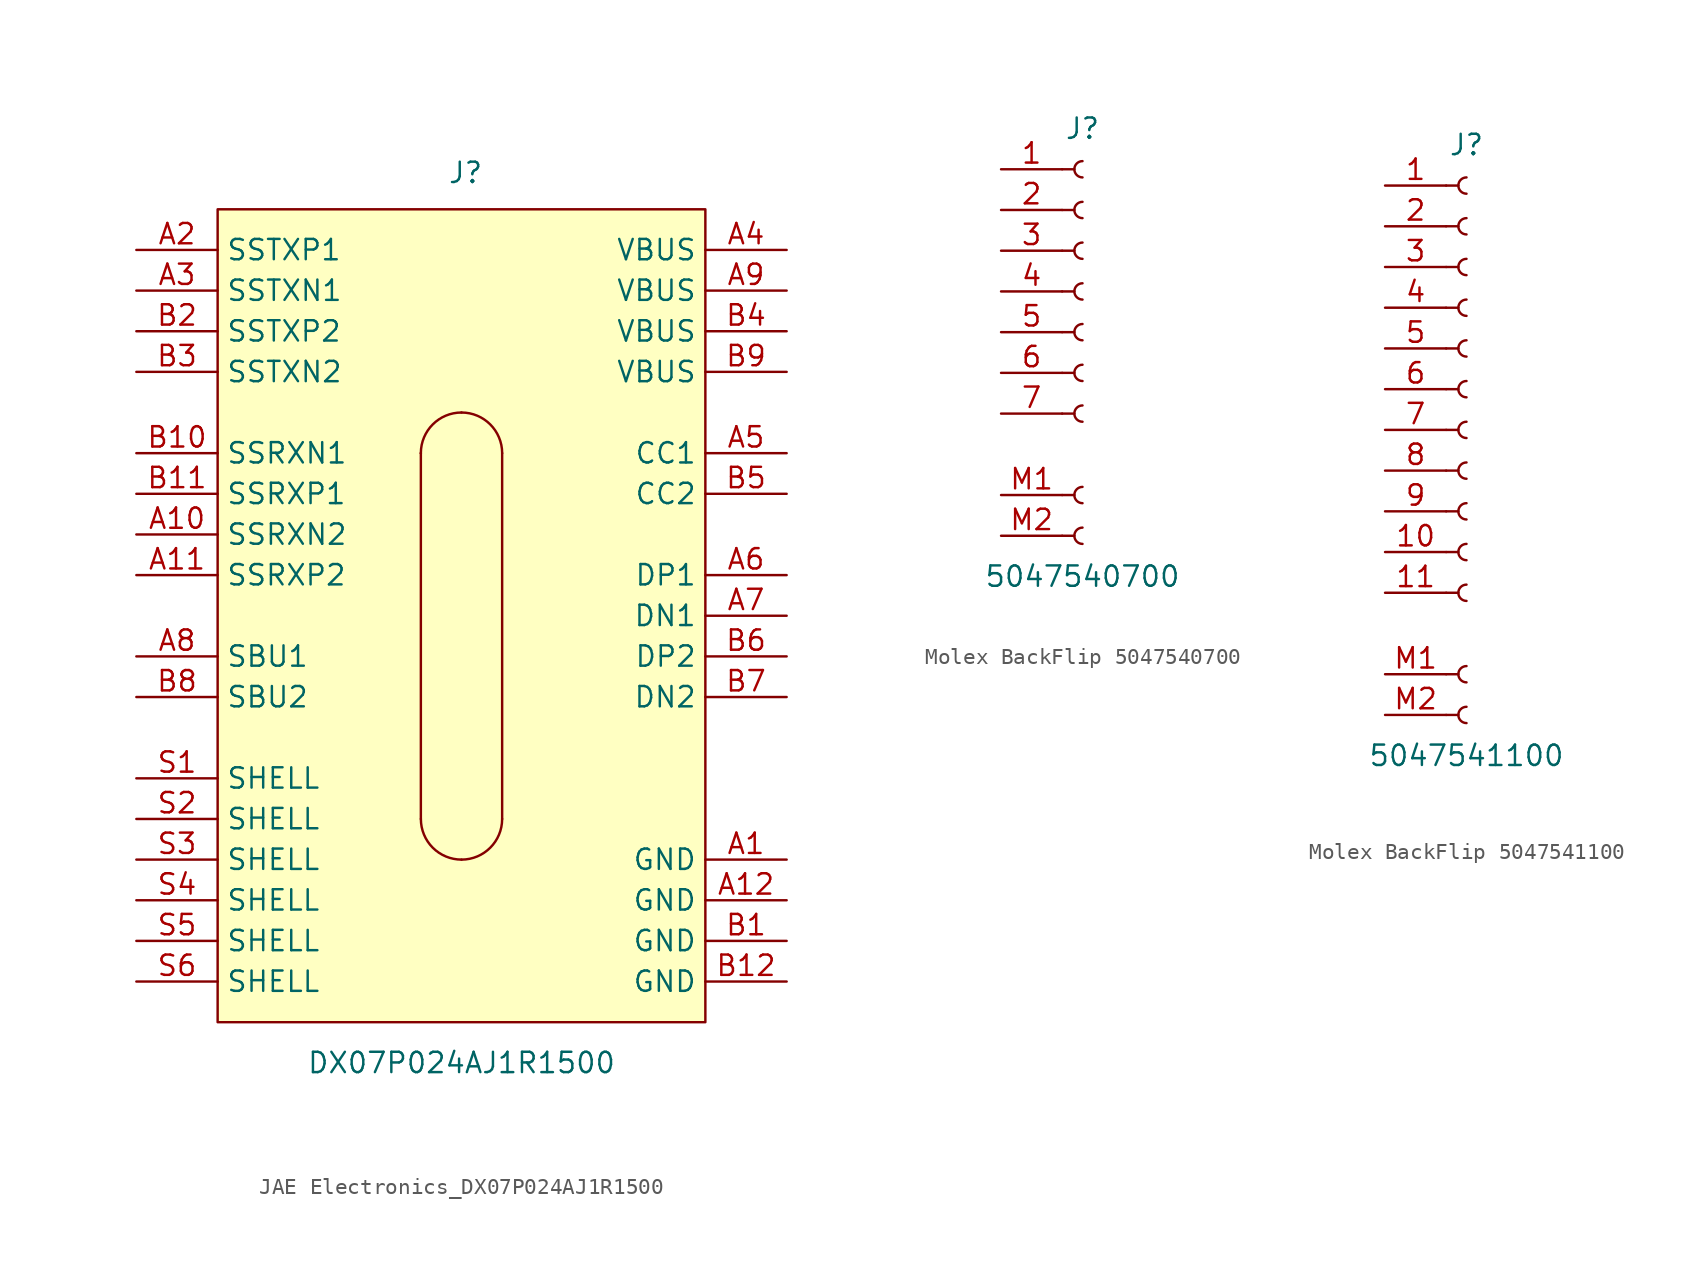
<source format=kicad_sym>
(kicad_symbol_lib
  (version 20241209)
  (generator "kicad_symbol_editor")
  (generator_version "9.0")
  (symbol "JAE Electronics_DX07P024AJ1R1500"
    (property "Reference" "J"
      (at 15.494 2.286 0)
      (effects (font (size 1.27 1.27))))
    (property "Value" "DX07P024AJ1R1500"
      (at 15.24 -53.34 0)
      (effects (font (size 1.27 1.27))))
    (symbol "JAE Electronics_DX07P024AJ1R1500_1_1"
      (rectangle (start 0 0) (end 30.48 -50.8) (stroke (width 0) (type default)) (fill (type background)))
      (polyline (pts (xy 12.7 -15.24) (xy 12.7 -38.1)) (stroke (width 0) (type default)) (fill (type none)))
      (arc (start 12.7 -15.24) (mid 12.7 -15.24) (end 12.7 -15.24) (stroke (width 0) (type default)) (fill (type none)))
      (arc (start 12.7 -15.24) (mid 13.4439 -13.4439) (end 15.24 -12.7) (stroke (width 0) (type default)) (fill (type none)))
      (arc (start 15.24 -12.7) (mid 17.0361 -13.4439) (end 17.78 -15.24) (stroke (width 0) (type default)) (fill (type none)))
      (arc (start 15.24 -40.64) (mid 13.4439 -39.8961) (end 12.7 -38.1) (stroke (width 0) (type default)) (fill (type none)))
      (arc (start 17.78 -38.1) (mid 17.0361 -39.8961) (end 15.24 -40.64) (stroke (width 0) (type default)) (fill (type none)))
      (polyline (pts (xy 17.78 -38.1) (xy 17.78 -15.24)) (stroke (width 0) (type default)) (fill (type none)))
      (pin bidirectional line (at -5.08 -2.54 0) (length 5.08) (name "SSTXP1" (effects (font (size 1.27 1.27)))) (number "A2" (effects (font (size 1.27 1.27)))))
      (pin bidirectional line (at -5.08 -5.08 0) (length 5.08) (name "SSTXN1" (effects (font (size 1.27 1.27)))) (number "A3" (effects (font (size 1.27 1.27)))))
      (pin bidirectional line (at -5.08 -7.62 0) (length 5.08) (name "SSTXP2" (effects (font (size 1.27 1.27)))) (number "B2" (effects (font (size 1.27 1.27)))))
      (pin bidirectional line (at -5.08 -10.16 0) (length 5.08) (name "SSTXN2" (effects (font (size 1.27 1.27)))) (number "B3" (effects (font (size 1.27 1.27)))))
      (pin bidirectional line (at -5.08 -15.24 0) (length 5.08) (name "SSRXN1" (effects (font (size 1.27 1.27)))) (number "B10" (effects (font (size 1.27 1.27)))))
      (pin bidirectional line (at -5.08 -17.78 0) (length 5.08) (name "SSRXP1" (effects (font (size 1.27 1.27)))) (number "B11" (effects (font (size 1.27 1.27)))))
      (pin bidirectional line (at -5.08 -20.32 0) (length 5.08) (name "SSRXN2" (effects (font (size 1.27 1.27)))) (number "A10" (effects (font (size 1.27 1.27)))))
      (pin bidirectional line (at -5.08 -22.86 0) (length 5.08) (name "SSRXP2" (effects (font (size 1.27 1.27)))) (number "A11" (effects (font (size 1.27 1.27)))))
      (pin bidirectional line (at -5.08 -27.94 0) (length 5.08) (name "SBU1" (effects (font (size 1.27 1.27)))) (number "A8" (effects (font (size 1.27 1.27)))))
      (pin bidirectional line (at -5.08 -30.48 0) (length 5.08) (name "SBU2" (effects (font (size 1.27 1.27)))) (number "B8" (effects (font (size 1.27 1.27)))))
      (pin power_in line (at -5.08 -35.56 0) (length 5.08) (name "SHELL" (effects (font (size 1.27 1.27)))) (number "S1" (effects (font (size 1.27 1.27)))))
      (pin power_in line (at -5.08 -38.1 0) (length 5.08) (name "SHELL" (effects (font (size 1.27 1.27)))) (number "S2" (effects (font (size 1.27 1.27)))))
      (pin power_in line (at -5.08 -40.64 0) (length 5.08) (name "SHELL" (effects (font (size 1.27 1.27)))) (number "S3" (effects (font (size 1.27 1.27)))))
      (pin power_in line (at -5.08 -43.18 0) (length 5.08) (name "SHELL" (effects (font (size 1.27 1.27)))) (number "S4" (effects (font (size 1.27 1.27)))))
      (pin power_in line (at -5.08 -45.72 0) (length 5.08) (name "SHELL" (effects (font (size 1.27 1.27)))) (number "S5" (effects (font (size 1.27 1.27)))))
      (pin power_in line (at -5.08 -48.26 0) (length 5.08) (name "SHELL" (effects (font (size 1.27 1.27)))) (number "S6" (effects (font (size 1.27 1.27)))))
      (pin power_out line (at 35.56 -2.54 180) (length 5.08) (name "VBUS" (effects (font (size 1.27 1.27)))) (number "A4" (effects (font (size 1.27 1.27)))))
      (pin power_out line (at 35.56 -5.08 180) (length 5.08) (name "VBUS" (effects (font (size 1.27 1.27)))) (number "A9" (effects (font (size 1.27 1.27)))))
      (pin power_out line (at 35.56 -7.62 180) (length 5.08) (name "VBUS" (effects (font (size 1.27 1.27)))) (number "B4" (effects (font (size 1.27 1.27)))))
      (pin power_out line (at 35.56 -10.16 180) (length 5.08) (name "VBUS" (effects (font (size 1.27 1.27)))) (number "B9" (effects (font (size 1.27 1.27)))))
      (pin bidirectional line (at 35.56 -15.24 180) (length 5.08) (name "CC1" (effects (font (size 1.27 1.27)))) (number "A5" (effects (font (size 1.27 1.27)))))
      (pin bidirectional line (at 35.56 -17.78 180) (length 5.08) (name "CC2" (effects (font (size 1.27 1.27)))) (number "B5" (effects (font (size 1.27 1.27)))))
      (pin bidirectional line (at 35.56 -22.86 180) (length 5.08) (name "DP1" (effects (font (size 1.27 1.27)))) (number "A6" (effects (font (size 1.27 1.27)))))
      (pin bidirectional line (at 35.56 -25.4 180) (length 5.08) (name "DN1" (effects (font (size 1.27 1.27)))) (number "A7" (effects (font (size 1.27 1.27)))))
      (pin bidirectional line (at 35.56 -27.94 180) (length 5.08) (name "DP2" (effects (font (size 1.27 1.27)))) (number "B6" (effects (font (size 1.27 1.27)))))
      (pin bidirectional line (at 35.56 -30.48 180) (length 5.08) (name "DN2" (effects (font (size 1.27 1.27)))) (number "B7" (effects (font (size 1.27 1.27)))))
      (pin power_in line (at 35.56 -40.64 180) (length 5.08) (name "GND" (effects (font (size 1.27 1.27)))) (number "A1" (effects (font (size 1.27 1.27)))))
      (pin power_in line (at 35.56 -43.18 180) (length 5.08) (name "GND" (effects (font (size 1.27 1.27)))) (number "A12" (effects (font (size 1.27 1.27)))))
      (pin power_in line (at 35.56 -45.72 180) (length 5.08) (name "GND" (effects (font (size 1.27 1.27)))) (number "B1" (effects (font (size 1.27 1.27)))))
      (pin power_in line (at 35.56 -48.26 180) (length 5.08) (name "GND" (effects (font (size 1.27 1.27)))) (number "B12" (effects (font (size 1.27 1.27)))))))
  (symbol "Molex BackFlip 5047540700"
    (pin_names
      (offset 1.016)
      (hide yes))
    (property "Reference" "J"
      (at 0 0 0)
      (effects (font (size 1.27 1.27))))
    (property "Value" "5047540700"
      (at 0 -27.94 0)
      (effects (font (size 1.27 1.27))))
    (symbol "Molex BackFlip 5047540700_1_1"
      (polyline (pts (xy -1.27 -2.54) (xy -0.508 -2.54)) (stroke (width 0.152) (type default)) (fill (type none)))
      (polyline (pts (xy -1.27 -5.08) (xy -0.508 -5.08)) (stroke (width 0.152) (type default)) (fill (type none)))
      (polyline (pts (xy -1.27 -7.62) (xy -0.508 -7.62)) (stroke (width 0.152) (type default)) (fill (type none)))
      (polyline (pts (xy -1.27 -10.16) (xy -0.508 -10.16)) (stroke (width 0.152) (type default)) (fill (type none)))
      (polyline (pts (xy -1.27 -12.7) (xy -0.508 -12.7)) (stroke (width 0.152) (type default)) (fill (type none)))
      (polyline (pts (xy -1.27 -15.24) (xy -0.508 -15.24)) (stroke (width 0.152) (type default)) (fill (type none)))
      (polyline (pts (xy -1.27 -17.78) (xy -0.508 -17.78)) (stroke (width 0.152) (type default)) (fill (type none)))
      (polyline (pts (xy -1.27 -22.86) (xy -0.508 -22.86)) (stroke (width 0.152) (type default)) (fill (type none)))
      (polyline (pts (xy -1.27 -25.4) (xy -0.508 -25.4)) (stroke (width 0.152) (type default)) (fill (type none)))
      (arc (start 0 -3.048) (mid -0.5058 -2.54) (end 0 -2.032) (stroke (width 0.1524) (type default)) (fill (type none)))
      (arc (start 0 -5.588) (mid -0.5058 -5.08) (end 0 -4.572) (stroke (width 0.1524) (type default)) (fill (type none)))
      (arc (start 0 -8.128) (mid -0.5058 -7.62) (end 0 -7.112) (stroke (width 0.1524) (type default)) (fill (type none)))
      (arc (start 0 -10.668) (mid -0.5058 -10.16) (end 0 -9.652) (stroke (width 0.1524) (type default)) (fill (type none)))
      (arc (start 0 -13.208) (mid -0.5058 -12.7) (end 0 -12.192) (stroke (width 0.1524) (type default)) (fill (type none)))
      (arc (start 0 -15.748) (mid -0.5058 -15.24) (end 0 -14.732) (stroke (width 0.1524) (type default)) (fill (type none)))
      (arc (start 0 -18.288) (mid -0.5058 -17.78) (end 0 -17.272) (stroke (width 0.1524) (type default)) (fill (type none)))
      (arc (start 0 -23.368) (mid -0.5058 -22.86) (end 0 -22.352) (stroke (width 0.1524) (type default)) (fill (type none)))
      (arc (start 0 -25.908) (mid -0.5058 -25.4) (end 0 -24.892) (stroke (width 0.1524) (type default)) (fill (type none)))
      (pin passive line (at -5.08 -2.54 0) (length 3.81) (name "Pin_1" (effects (font (size 1.27 1.27)))) (number "1" (effects (font (size 1.27 1.27)))))
      (pin passive line (at -5.08 -5.08 0) (length 3.81) (name "Pin_2" (effects (font (size 1.27 1.27)))) (number "2" (effects (font (size 1.27 1.27)))))
      (pin passive line (at -5.08 -7.62 0) (length 3.81) (name "Pin_3" (effects (font (size 1.27 1.27)))) (number "3" (effects (font (size 1.27 1.27)))))
      (pin passive line (at -5.08 -10.16 0) (length 3.81) (name "Pin_4" (effects (font (size 1.27 1.27)))) (number "4" (effects (font (size 1.27 1.27)))))
      (pin passive line (at -5.08 -12.7 0) (length 3.81) (name "Pin_5" (effects (font (size 1.27 1.27)))) (number "5" (effects (font (size 1.27 1.27)))))
      (pin passive line (at -5.08 -15.24 0) (length 3.81) (name "Pin_6" (effects (font (size 1.27 1.27)))) (number "6" (effects (font (size 1.27 1.27)))))
      (pin passive line (at -5.08 -17.78 0) (length 3.81) (name "Pin_7" (effects (font (size 1.27 1.27)))) (number "7" (effects (font (size 1.27 1.27)))))
      (pin passive line (at -5.08 -22.86 0) (length 3.81) (name "M1" (effects (font (size 1.27 1.27)))) (number "M1" (effects (font (size 1.27 1.27)))))
      (pin passive line (at -5.08 -25.4 0) (length 3.81) (name "M2" (effects (font (size 1.27 1.27)))) (number "M2" (effects (font (size 1.27 1.27)))))))
  (symbol "Molex BackFlip 5047541100"
    (pin_names
      (offset 1.016)
      (hide yes))
    (property "Reference" "J"
      (at 0 0 0)
      (effects (font (size 1.27 1.27))))
    (property "Value" "5047541100"
      (at 0 -38.1 0)
      (effects (font (size 1.27 1.27))))
    (symbol "Molex BackFlip 5047541100_1_1"
      (polyline (pts (xy -1.27 -2.54) (xy -0.508 -2.54)) (stroke (width 0.152) (type default)) (fill (type none)))
      (polyline (pts (xy -1.27 -5.08) (xy -0.508 -5.08)) (stroke (width 0.152) (type default)) (fill (type none)))
      (polyline (pts (xy -1.27 -7.62) (xy -0.508 -7.62)) (stroke (width 0.152) (type default)) (fill (type none)))
      (polyline (pts (xy -1.27 -10.16) (xy -0.508 -10.16)) (stroke (width 0.152) (type default)) (fill (type none)))
      (polyline (pts (xy -1.27 -12.7) (xy -0.508 -12.7)) (stroke (width 0.152) (type default)) (fill (type none)))
      (polyline (pts (xy -1.27 -15.24) (xy -0.508 -15.24)) (stroke (width 0.152) (type default)) (fill (type none)))
      (polyline (pts (xy -1.27 -17.78) (xy -0.508 -17.78)) (stroke (width 0.152) (type default)) (fill (type none)))
      (polyline (pts (xy -1.27 -20.32) (xy -0.508 -20.32)) (stroke (width 0.152) (type default)) (fill (type none)))
      (polyline (pts (xy -1.27 -22.86) (xy -0.508 -22.86)) (stroke (width 0.152) (type default)) (fill (type none)))
      (polyline (pts (xy -1.27 -25.4) (xy -0.508 -25.4)) (stroke (width 0.152) (type default)) (fill (type none)))
      (polyline (pts (xy -1.27 -27.94) (xy -0.508 -27.94)) (stroke (width 0.152) (type default)) (fill (type none)))
      (polyline (pts (xy -1.27 -33.02) (xy -0.508 -33.02)) (stroke (width 0.152) (type default)) (fill (type none)))
      (polyline (pts (xy -1.27 -35.56) (xy -0.508 -35.56)) (stroke (width 0.152) (type default)) (fill (type none)))
      (arc (start 0 -3.048) (mid -0.5058 -2.54) (end 0 -2.032) (stroke (width 0.1524) (type default)) (fill (type none)))
      (arc (start 0 -5.588) (mid -0.5058 -5.08) (end 0 -4.572) (stroke (width 0.1524) (type default)) (fill (type none)))
      (arc (start 0 -8.128) (mid -0.5058 -7.62) (end 0 -7.112) (stroke (width 0.1524) (type default)) (fill (type none)))
      (arc (start 0 -10.668) (mid -0.5058 -10.16) (end 0 -9.652) (stroke (width 0.1524) (type default)) (fill (type none)))
      (arc (start 0 -13.208) (mid -0.5058 -12.7) (end 0 -12.192) (stroke (width 0.1524) (type default)) (fill (type none)))
      (arc (start 0 -15.748) (mid -0.5058 -15.24) (end 0 -14.732) (stroke (width 0.1524) (type default)) (fill (type none)))
      (arc (start 0 -18.288) (mid -0.5058 -17.78) (end 0 -17.272) (stroke (width 0.1524) (type default)) (fill (type none)))
      (arc (start 0 -20.828) (mid -0.5058 -20.32) (end 0 -19.812) (stroke (width 0.1524) (type default)) (fill (type none)))
      (arc (start 0 -23.368) (mid -0.5058 -22.86) (end 0 -22.352) (stroke (width 0.1524) (type default)) (fill (type none)))
      (arc (start 0 -25.908) (mid -0.5058 -25.4) (end 0 -24.892) (stroke (width 0.1524) (type default)) (fill (type none)))
      (arc (start 0 -28.448) (mid -0.5058 -27.94) (end 0 -27.432) (stroke (width 0.1524) (type default)) (fill (type none)))
      (arc (start 0 -33.528) (mid -0.5058 -33.02) (end 0 -32.512) (stroke (width 0.1524) (type default)) (fill (type none)))
      (arc (start 0 -36.068) (mid -0.5058 -35.56) (end 0 -35.052) (stroke (width 0.1524) (type default)) (fill (type none)))
      (pin passive line (at -5.08 -2.54 0) (length 3.81) (name "Pin_1" (effects (font (size 1.27 1.27)))) (number "1" (effects (font (size 1.27 1.27)))))
      (pin passive line (at -5.08 -5.08 0) (length 3.81) (name "Pin_2" (effects (font (size 1.27 1.27)))) (number "2" (effects (font (size 1.27 1.27)))))
      (pin passive line (at -5.08 -7.62 0) (length 3.81) (name "Pin_3" (effects (font (size 1.27 1.27)))) (number "3" (effects (font (size 1.27 1.27)))))
      (pin passive line (at -5.08 -10.16 0) (length 3.81) (name "Pin_4" (effects (font (size 1.27 1.27)))) (number "4" (effects (font (size 1.27 1.27)))))
      (pin passive line (at -5.08 -12.7 0) (length 3.81) (name "Pin_5" (effects (font (size 1.27 1.27)))) (number "5" (effects (font (size 1.27 1.27)))))
      (pin passive line (at -5.08 -15.24 0) (length 3.81) (name "Pin_6" (effects (font (size 1.27 1.27)))) (number "6" (effects (font (size 1.27 1.27)))))
      (pin passive line (at -5.08 -17.78 0) (length 3.81) (name "Pin_7" (effects (font (size 1.27 1.27)))) (number "7" (effects (font (size 1.27 1.27)))))
      (pin passive line (at -5.08 -20.32 0) (length 3.81) (name "Pin_8" (effects (font (size 1.27 1.27)))) (number "8" (effects (font (size 1.27 1.27)))))
      (pin passive line (at -5.08 -22.86 0) (length 3.81) (name "Pin_9" (effects (font (size 1.27 1.27)))) (number "9" (effects (font (size 1.27 1.27)))))
      (pin passive line (at -5.08 -25.4 0) (length 3.81) (name "Pin_10" (effects (font (size 1.27 1.27)))) (number "10" (effects (font (size 1.27 1.27)))))
      (pin passive line (at -5.08 -27.94 0) (length 3.81) (name "Pin_11" (effects (font (size 1.27 1.27)))) (number "11" (effects (font (size 1.27 1.27)))))
      (pin passive line (at -5.08 -33.02 0) (length 3.81) (name "M1" (effects (font (size 1.27 1.27)))) (number "M1" (effects (font (size 1.27 1.27)))))
      (pin passive line (at -5.08 -35.56 0) (length 3.81) (name "M2" (effects (font (size 1.27 1.27)))) (number "M2" (effects (font (size 1.27 1.27))))))))
</source>
